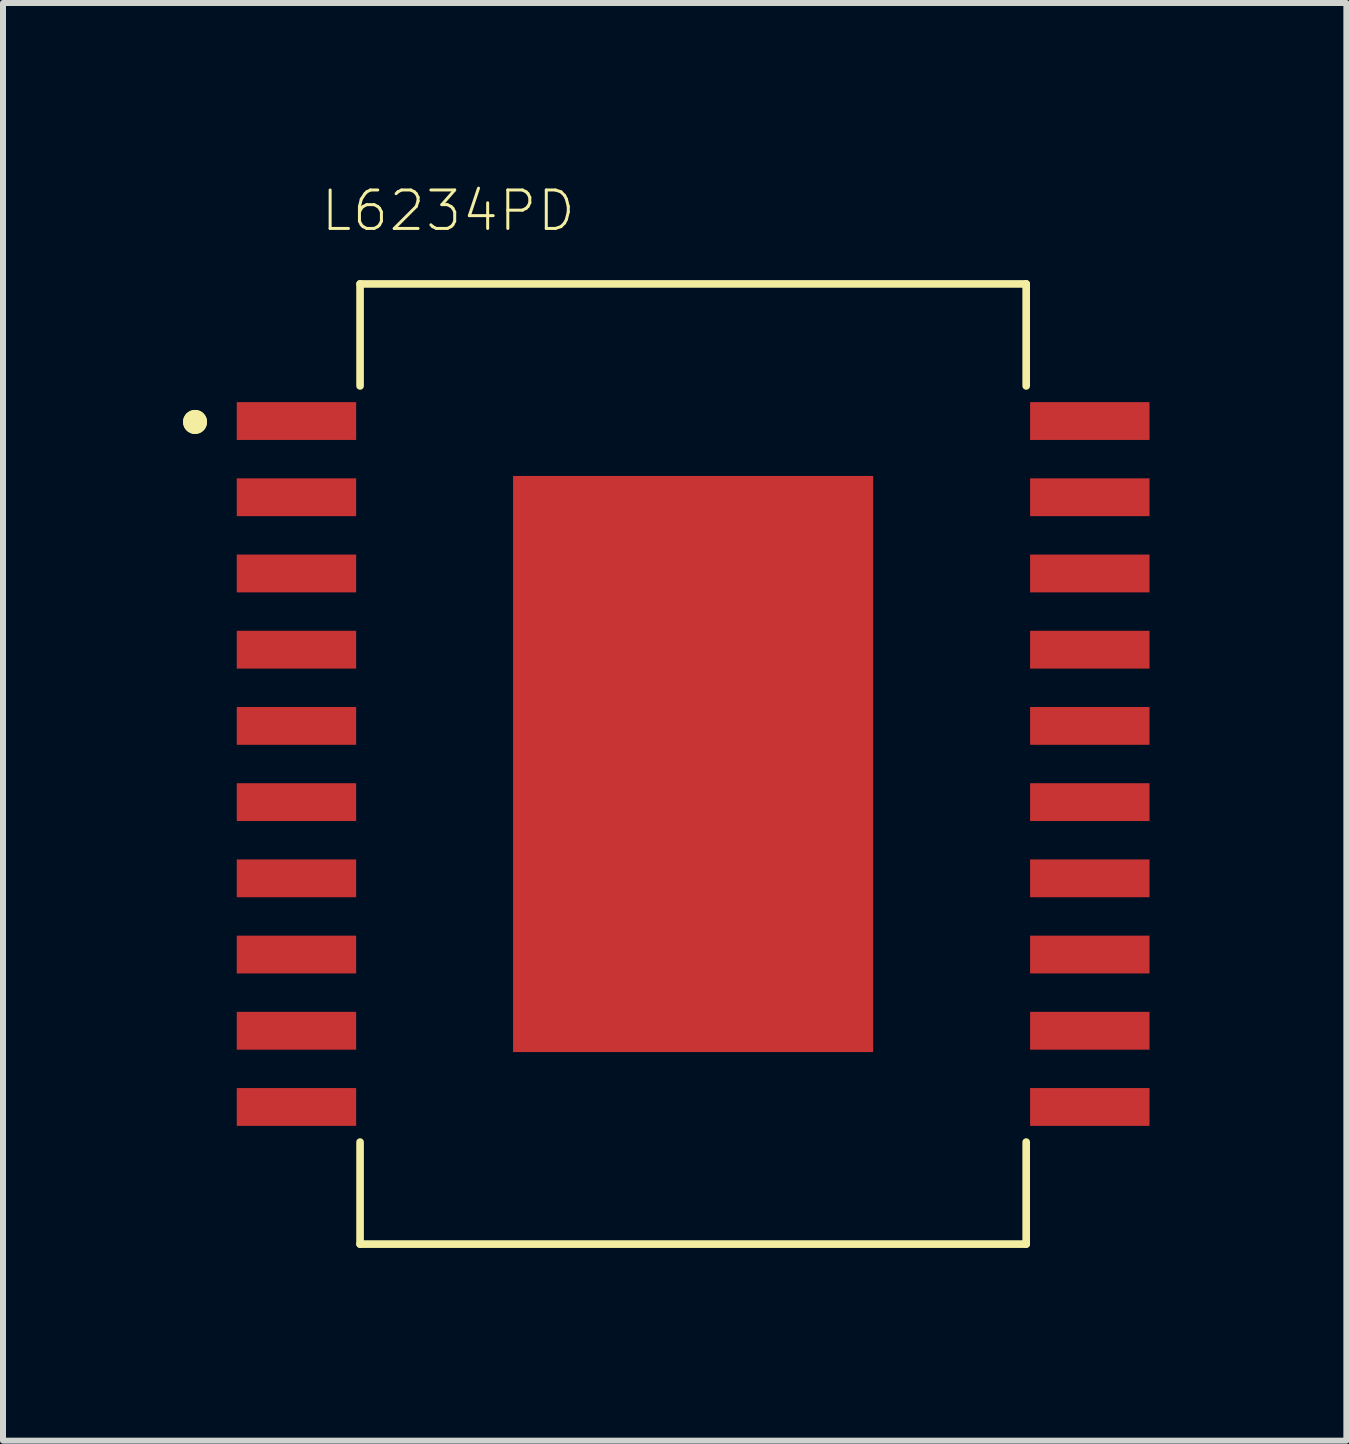
<source format=kicad_pcb>
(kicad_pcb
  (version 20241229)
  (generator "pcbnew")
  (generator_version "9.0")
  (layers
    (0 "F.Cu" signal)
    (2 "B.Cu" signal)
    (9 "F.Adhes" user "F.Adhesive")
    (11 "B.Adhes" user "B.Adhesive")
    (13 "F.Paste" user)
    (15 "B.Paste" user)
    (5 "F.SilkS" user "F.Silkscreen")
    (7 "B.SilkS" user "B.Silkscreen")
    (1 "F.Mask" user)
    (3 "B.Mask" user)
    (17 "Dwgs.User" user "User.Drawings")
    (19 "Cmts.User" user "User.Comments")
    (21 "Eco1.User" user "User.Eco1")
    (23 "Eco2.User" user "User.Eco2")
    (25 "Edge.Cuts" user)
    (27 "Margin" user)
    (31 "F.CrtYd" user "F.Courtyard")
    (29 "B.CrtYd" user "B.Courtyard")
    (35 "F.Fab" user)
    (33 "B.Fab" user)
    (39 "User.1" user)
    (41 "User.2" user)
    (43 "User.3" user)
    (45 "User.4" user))
  (footprint "L6234PD"
    (layer "F.Cu")
    (at 8.5 9.681)
    (property "Reference" "L6234PD" (at -4.08 -9.218 180) (layer "F.SilkS") (effects (font (size 0.641 0.641) (thickness 0.05))))
    (attr smd)
    (fp_line (start -5.55 -8) (end 5.55 -8) (stroke (width 0.127) (type solid)) (layer "F.SilkS"))
    (fp_line (start -5.55 -6.3) (end -5.55 -8) (stroke (width 0.127) (type solid)) (layer "F.SilkS"))
    (fp_line (start -5.55 6.3) (end -5.55 8) (stroke (width 0.127) (type solid)) (layer "F.SilkS"))
    (fp_line (start -5.55 8) (end 5.55 8) (stroke (width 0.127) (type solid)) (layer "F.SilkS"))
    (fp_line (start 5.55 -8) (end 5.55 -6.3) (stroke (width 0.127) (type solid)) (layer "F.SilkS"))
    (fp_line (start 5.55 8) (end 5.55 6.3) (stroke (width 0.127) (type solid)) (layer "F.SilkS"))
    (fp_circle (center -8.3 -5.7) (end -8.2 -5.7) (stroke (width 0.2) (type solid)) (fill no) (layer "F.SilkS"))
    (fp_circle (center -8.3 -5.7) (end -8.2 -5.7) (stroke (width 0.2) (type solid)) (fill no) (layer "F.SilkS"))
    (fp_poly (pts (xy -1.901 -3) (xy 1.9 -3) (xy 1.9 3.001) (xy -1.901 3.001)) (stroke (width 0) (type solid)) (fill yes) (layer "F.Paste"))
    (fp_line (start -7.86 -6.28) (end -5.8 -6.28) (stroke (width 0.05) (type solid)) (layer "Eco1.User"))
    (fp_line (start -7.86 6.28) (end -7.86 -6.28) (stroke (width 0.05) (type solid)) (layer "Eco1.User"))
    (fp_line (start -5.8 -8.25) (end 5.8 -8.25) (stroke (width 0.05) (type solid)) (layer "Eco1.User"))
    (fp_line (start -5.8 -6.28) (end -5.8 -8.25) (stroke (width 0.05) (type solid)) (layer "Eco1.User"))
    (fp_line (start -5.8 6.28) (end -7.86 6.28) (stroke (width 0.05) (type solid)) (layer "Eco1.User"))
    (fp_line (start -5.8 8.25) (end -5.8 6.28) (stroke (width 0.05) (type solid)) (layer "Eco1.User"))
    (fp_line (start 5.8 -8.25) (end 5.8 -6.28) (stroke (width 0.05) (type solid)) (layer "Eco1.User"))
    (fp_line (start 5.8 -6.28) (end 7.86 -6.28) (stroke (width 0.05) (type solid)) (layer "Eco1.User"))
    (fp_line (start 5.8 6.28) (end 5.8 8.25) (stroke (width 0.05) (type solid)) (layer "Eco1.User"))
    (fp_line (start 5.8 8.25) (end -5.8 8.25) (stroke (width 0.05) (type solid)) (layer "Eco1.User"))
    (fp_line (start 7.86 -6.28) (end 7.86 6.28) (stroke (width 0.05) (type solid)) (layer "Eco1.User"))
    (fp_line (start 7.86 6.28) (end 5.8 6.28) (stroke (width 0.05) (type solid)) (layer "Eco1.User"))
    (fp_line (start -5.55 -8) (end 5.55 -8) (stroke (width 0.127) (type solid)) (layer "Eco2.User"))
    (fp_line (start -5.55 8) (end -5.55 -8) (stroke (width 0.127) (type solid)) (layer "Eco2.User"))
    (fp_line (start 5.55 -8) (end 5.55 8) (stroke (width 0.127) (type solid)) (layer "Eco2.User"))
    (fp_line (start 5.55 8) (end -5.55 8) (stroke (width 0.127) (type solid)) (layer "Eco2.User"))
    (pad "1" smd rect (at -6.61 -5.715) (size 1.99 0.63) (layers "F.Cu" "F.Mask" "F.Paste"))
    (pad "2" smd rect (at -6.61 -4.445) (size 1.99 0.63) (layers "F.Cu" "F.Mask" "F.Paste"))
    (pad "3" smd rect (at -6.61 -3.175) (size 1.99 0.63) (layers "F.Cu" "F.Mask" "F.Paste"))
    (pad "4" smd rect (at -6.61 -1.905) (size 1.99 0.63) (layers "F.Cu" "F.Mask" "F.Paste"))
    (pad "5" smd rect (at -6.61 -0.635) (size 1.99 0.63) (layers "F.Cu" "F.Mask" "F.Paste"))
    (pad "6" smd rect (at -6.61 0.635) (size 1.99 0.63) (layers "F.Cu" "F.Mask" "F.Paste"))
    (pad "7" smd rect (at -6.61 1.905) (size 1.99 0.63) (layers "F.Cu" "F.Mask" "F.Paste"))
    (pad "8" smd rect (at -6.61 3.175) (size 1.99 0.63) (layers "F.Cu" "F.Mask" "F.Paste"))
    (pad "9" smd rect (at -6.61 4.445) (size 1.99 0.63) (layers "F.Cu" "F.Mask" "F.Paste"))
    (pad "10" smd rect (at -6.61 5.715) (size 1.99 0.63) (layers "F.Cu" "F.Mask" "F.Paste"))
    (pad "11" smd rect (at 6.61 5.715 180) (size 1.99 0.63) (layers "F.Cu" "F.Mask" "F.Paste"))
    (pad "12" smd rect (at 6.61 4.445 180) (size 1.99 0.63) (layers "F.Cu" "F.Mask" "F.Paste"))
    (pad "13" smd rect (at 6.61 3.175 180) (size 1.99 0.63) (layers "F.Cu" "F.Mask" "F.Paste"))
    (pad "14" smd rect (at 6.61 1.905 180) (size 1.99 0.63) (layers "F.Cu" "F.Mask" "F.Paste"))
    (pad "15" smd rect (at 6.61 0.635 180) (size 1.99 0.63) (layers "F.Cu" "F.Mask" "F.Paste"))
    (pad "16" smd rect (at 6.61 -0.635 180) (size 1.99 0.63) (layers "F.Cu" "F.Mask" "F.Paste"))
    (pad "17" smd rect (at 6.61 -1.905 180) (size 1.99 0.63) (layers "F.Cu" "F.Mask" "F.Paste"))
    (pad "18" smd rect (at 6.61 -3.175 180) (size 1.99 0.63) (layers "F.Cu" "F.Mask" "F.Paste"))
    (pad "19" smd rect (at 6.61 -4.445 180) (size 1.99 0.63) (layers "F.Cu" "F.Mask" "F.Paste"))
    (pad "20" smd rect (at 6.61 -5.715 180) (size 1.99 0.63) (layers "F.Cu" "F.Mask" "F.Paste"))
    (pad "21" smd rect (at 0 0 180) (size 6 9.6) (layers "F.Cu" "F.Mask" "F.Paste")))
  (gr_rect
    (start -3 -3)
    (end 19.385 20.956)
    (stroke (width 0.1) (type default))
    (fill no)
    (layer "Edge.Cuts")))
</source>
